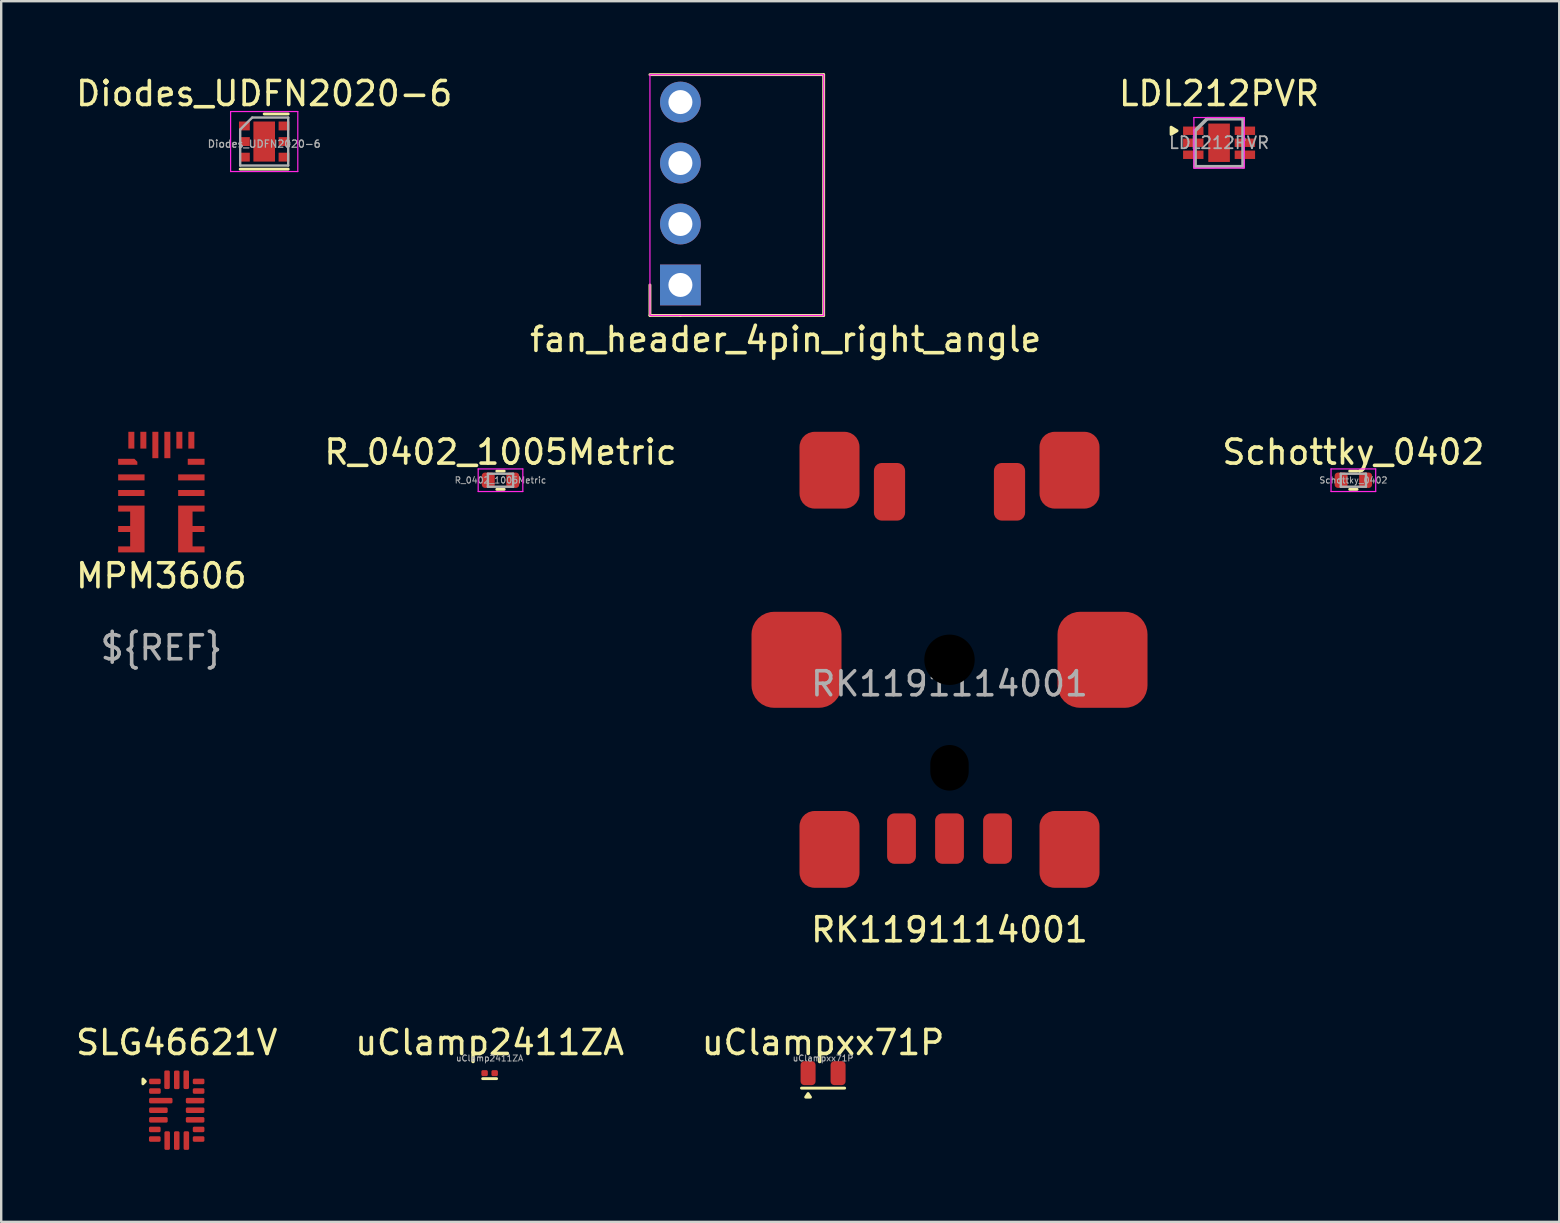
<source format=kicad_pcb>
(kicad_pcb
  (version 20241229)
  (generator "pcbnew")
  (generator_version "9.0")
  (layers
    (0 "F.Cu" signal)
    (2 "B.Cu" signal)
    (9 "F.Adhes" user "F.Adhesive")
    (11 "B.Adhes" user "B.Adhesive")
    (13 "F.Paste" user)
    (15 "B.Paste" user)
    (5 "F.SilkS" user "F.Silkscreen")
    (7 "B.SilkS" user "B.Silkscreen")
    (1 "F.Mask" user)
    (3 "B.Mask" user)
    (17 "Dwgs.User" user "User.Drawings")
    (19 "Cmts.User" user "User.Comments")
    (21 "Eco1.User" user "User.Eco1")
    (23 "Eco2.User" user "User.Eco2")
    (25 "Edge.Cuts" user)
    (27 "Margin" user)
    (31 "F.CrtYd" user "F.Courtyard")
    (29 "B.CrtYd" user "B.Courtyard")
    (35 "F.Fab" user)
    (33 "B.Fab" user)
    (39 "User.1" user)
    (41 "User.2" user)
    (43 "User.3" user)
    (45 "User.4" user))
  (footprint "Schottky_0402"
    (layer "F.Cu")
    (at 53.339 16.959)
    (property "Reference" "Schottky_0402" (at 0 -1.17 0) (layer "F.SilkS") (effects (font (size 1 1) (thickness 0.15))))
    (attr smd)
    (fp_line (start -0.154 -0.38) (end 0.154 -0.38) (stroke (width 0.12) (type solid)) (layer "F.SilkS"))
    (fp_line (start -0.154 0.38) (end 0.154 0.38) (stroke (width 0.12) (type solid)) (layer "F.SilkS"))
    (fp_line (start -0.93 -0.47) (end 0.93 -0.47) (stroke (width 0.05) (type solid)) (layer "F.CrtYd"))
    (fp_line (start -0.93 0.47) (end -0.93 -0.47) (stroke (width 0.05) (type solid)) (layer "F.CrtYd"))
    (fp_line (start 0.93 -0.47) (end 0.93 0.47) (stroke (width 0.05) (type solid)) (layer "F.CrtYd"))
    (fp_line (start 0.93 0.47) (end -0.93 0.47) (stroke (width 0.05) (type solid)) (layer "F.CrtYd"))
    (fp_line (start -0.525 -0.27) (end 0.525 -0.27) (stroke (width 0.1) (type solid)) (layer "F.Fab"))
    (fp_line (start -0.525 0.27) (end -0.525 -0.27) (stroke (width 0.1) (type solid)) (layer "F.Fab"))
    (fp_line (start 0.525 -0.27) (end 0.525 0.27) (stroke (width 0.1) (type solid)) (layer "F.Fab"))
    (fp_line (start 0.525 0.27) (end -0.525 0.27) (stroke (width 0.1) (type solid)) (layer "F.Fab"))
    (fp_text user "${REFERENCE}" (at 0 0 0) (layer "F.Fab") (effects (font (size 0.26 0.26) (thickness 0.04))))
    (pad "1" smd roundrect (at -0.51 0) (size 0.54 0.64) (layers "F.Cu" "F.Mask" "F.Paste") (roundrect_rratio 0.25))
    (pad "2" smd roundrect (at 0.51 0) (size 0.54 0.64) (layers "F.Cu" "F.Mask" "F.Paste") (roundrect_rratio 0.25)))
  (footprint "uClamp2411ZA"
    (layer "F.Cu")
    (at 17.351 41.663)
    (property "Reference" "uClamp2411ZA" (at 0 -1.275 0) (layer "F.SilkS") (effects (font (size 1 1) (thickness 0.15))))
    (attr smd)
    (fp_line (start -0.29 0.23) (end 0.29 0.23) (stroke (width 0.12) (type solid)) (layer "F.SilkS"))
    (fp_text user "${REFERENCE}" (at 0 -0.62 0) (layer "F.Fab") (effects (font (size 0.25 0.25) (thickness 0.04))))
    (pad "1" smd roundrect (at -0.21 0) (size 0.27 0.25) (layers "F.Cu" "F.Mask" "F.Paste") (roundrect_rratio 0.25))
    (pad "2" smd roundrect (at 0.21 0) (size 0.27 0.25) (layers "F.Cu" "F.Mask" "F.Paste") (roundrect_rratio 0.25)))
  (footprint "SLG46621V"
    (layer "F.Cu")
    (at 4.315 43.208)
    (property "Reference" "SLG46621V" (at 0 -2.82 0) (layer "F.SilkS") (effects (font (size 1 1) (thickness 0.15))))
    (attr smd)
    (fp_poly (pts (xy -1.31 -1.2) (xy -1.41 -1.1) (xy -1.41 -1.3)) (stroke (width 0.12) (type solid)) (fill yes) (layer "F.SilkS"))
    (pad "1" smd roundrect (at -0.91 -1.2 90) (size 0.23 0.485) (layers "F.Cu" "F.Mask" "F.Paste") (roundrect_rratio 0.25))
    (pad "2" smd roundrect (at -0.91 -0.8 90) (size 0.23 0.485) (layers "F.Cu" "F.Mask" "F.Paste") (roundrect_rratio 0.25))
    (pad "3" smd roundrect (at -0.665 -0.4 90) (size 0.23 0.975) (layers "F.Cu" "F.Mask" "F.Paste") (roundrect_rratio 0.25))
    (pad "4" smd roundrect (at -0.765 0 90) (size 0.23 0.775) (layers "F.Cu" "F.Mask" "F.Paste") (roundrect_rratio 0.25))
    (pad "5" smd roundrect (at -0.765 0.4 90) (size 0.23 0.775) (layers "F.Cu" "F.Mask" "F.Paste") (roundrect_rratio 0.25))
    (pad "6" smd roundrect (at -0.915 0.8 90) (size 0.23 0.485) (layers "F.Cu" "F.Mask" "F.Paste") (roundrect_rratio 0.25))
    (pad "7" smd roundrect (at -0.915 1.2 90) (size 0.23 0.485) (layers "F.Cu" "F.Mask" "F.Paste") (roundrect_rratio 0.25))
    (pad "8" smd roundrect (at -0.4 1.265 180) (size 0.23 0.775) (layers "F.Cu" "F.Mask" "F.Paste") (roundrect_rratio 0.25))
    (pad "9" smd roundrect (at 0 1.265 180) (size 0.23 0.775) (layers "F.Cu" "F.Mask" "F.Paste") (roundrect_rratio 0.25))
    (pad "10" smd roundrect (at 0.4 1.265 180) (size 0.23 0.775) (layers "F.Cu" "F.Mask" "F.Paste") (roundrect_rratio 0.25))
    (pad "11" smd roundrect (at 0.91 1.2 90) (size 0.23 0.485) (layers "F.Cu" "F.Mask" "F.Paste") (roundrect_rratio 0.25))
    (pad "12" smd roundrect (at 0.91 0.8 90) (size 0.23 0.485) (layers "F.Cu" "F.Mask" "F.Paste") (roundrect_rratio 0.25))
    (pad "13" smd roundrect (at 0.765 0.4 90) (size 0.23 0.775) (layers "F.Cu" "F.Mask" "F.Paste") (roundrect_rratio 0.25))
    (pad "14" smd roundrect (at 0.765 0 90) (size 0.23 0.775) (layers "F.Cu" "F.Mask" "F.Paste") (roundrect_rratio 0.25))
    (pad "15" smd roundrect (at 0.765 -0.4 90) (size 0.23 0.775) (layers "F.Cu" "F.Mask" "F.Paste") (roundrect_rratio 0.25))
    (pad "16" smd roundrect (at 0.91 -0.8 90) (size 0.23 0.485) (layers "F.Cu" "F.Mask" "F.Paste") (roundrect_rratio 0.25))
    (pad "17" smd roundrect (at 0.91 -1.2 90) (size 0.23 0.485) (layers "F.Cu" "F.Mask" "F.Paste") (roundrect_rratio 0.25))
    (pad "18" smd roundrect (at 0.395 -1.27 180) (size 0.23 0.775) (layers "F.Cu" "F.Mask" "F.Paste") (roundrect_rratio 0.25))
    (pad "19" smd roundrect (at 0 -1.265 180) (size 0.23 0.775) (layers "F.Cu" "F.Mask" "F.Paste") (roundrect_rratio 0.25))
    (pad "20" smd roundrect (at -0.405 -1.27 180) (size 0.23 0.775) (layers "F.Cu" "F.Mask" "F.Paste") (roundrect_rratio 0.25)))
  (footprint "R_0402_1005Metric"
    (layer "F.Cu")
    (at 17.804 16.959)
    (property "Reference" "R_0402_1005Metric" (at 0 -1.17 0) (layer "F.SilkS") (effects (font (size 1 1) (thickness 0.15))))
    (attr smd)
    (fp_line (start -0.154 -0.38) (end 0.154 -0.38) (stroke (width 0.12) (type solid)) (layer "F.SilkS"))
    (fp_line (start -0.154 0.38) (end 0.154 0.38) (stroke (width 0.12) (type solid)) (layer "F.SilkS"))
    (fp_line (start -0.93 -0.47) (end 0.93 -0.47) (stroke (width 0.05) (type solid)) (layer "F.CrtYd"))
    (fp_line (start -0.93 0.47) (end -0.93 -0.47) (stroke (width 0.05) (type solid)) (layer "F.CrtYd"))
    (fp_line (start 0.93 -0.47) (end 0.93 0.47) (stroke (width 0.05) (type solid)) (layer "F.CrtYd"))
    (fp_line (start 0.93 0.47) (end -0.93 0.47) (stroke (width 0.05) (type solid)) (layer "F.CrtYd"))
    (fp_line (start -0.525 -0.27) (end 0.525 -0.27) (stroke (width 0.1) (type solid)) (layer "F.Fab"))
    (fp_line (start -0.525 0.27) (end -0.525 -0.27) (stroke (width 0.1) (type solid)) (layer "F.Fab"))
    (fp_line (start 0.525 -0.27) (end 0.525 0.27) (stroke (width 0.1) (type solid)) (layer "F.Fab"))
    (fp_line (start 0.525 0.27) (end -0.525 0.27) (stroke (width 0.1) (type solid)) (layer "F.Fab"))
    (fp_text user "${REFERENCE}" (at 0 0 0) (layer "F.Fab") (effects (font (size 0.26 0.26) (thickness 0.04))))
    (pad "1" smd roundrect (at -0.51 0) (size 0.54 0.64) (layers "F.Cu" "F.Mask" "F.Paste") (roundrect_rratio 0.25))
    (pad "2" smd roundrect (at 0.51 0) (size 0.54 0.64) (layers "F.Cu" "F.Mask" "F.Paste") (roundrect_rratio 0.25)))
  (footprint "MPM3606"
    (layer "F.Cu")
    (at 3.673 17.741)
    (property "Reference" "MPM3606" (at 0 3.2 0) (unlocked yes) (layer "F.SilkS") (effects (font (size 1 1) (thickness 0.15))))
    (fp_text user "${REF}" (at 0 6.2 0) (unlocked yes) (layer "F.Fab") (effects (font (size 1 1) (thickness 0.15))))
    (pad "1" smd roundrect (at -1.4 -1.55 90) (size 0.25 0.8) (layers "F.Cu" "F.Mask" "F.Paste") (roundrect_rratio 0) (chamfer_ratio 0.5) (chamfer bottom_right))
    (pad "2" smd rect (at -1.25 -0.9 90) (size 0.25 1.1) (layers "F.Cu" "F.Mask" "F.Paste"))
    (pad "3" smd rect (at -1.25 -0.25 90) (size 0.25 1.1) (layers "F.Cu" "F.Mask" "F.Paste"))
    (pad "4,5,6" smd custom (at -1.25 0.4) (size 1.1 0.25) (layers "F.Cu" "F.Mask" "F.Paste") (options (anchor rect)) (primitives (gr_poly (pts (xy -0.55 -0.125) (xy 0.55 -0.125) (xy 0.55 1.825) (xy -0.55 1.825) (xy -0.55 1.575) (xy -0.05 1.575) (xy -0.05 0.975) (xy -0.55 0.975) (xy -0.55 0.725) (xy -0.05 0.725) (xy -0.05 0.125) (xy -0.55 0.125)) (width 0) (fill yes))))
    (pad "7,8,9" smd custom (at 1.25 0.4) (size 1.1 0.25) (layers "F.Cu" "F.Mask" "F.Paste") (options (anchor rect)) (primitives (gr_poly (pts (xy 0.55 -0.125) (xy -0.55 -0.125) (xy -0.55 1.825) (xy 0.55 1.825) (xy 0.55 1.575) (xy 0.05 1.575) (xy 0.05 0.975) (xy 0.55 0.975) (xy 0.55 0.725) (xy 0.05 0.725) (xy 0.05 0.125) (xy 0.55 0.125)) (width 0) (fill yes))))
    (pad "10" smd rect (at 1.25 -0.25 90) (size 0.25 1.1) (layers "F.Cu" "F.Mask" "F.Paste"))
    (pad "11" smd rect (at 1.25 -0.9 90) (size 0.25 1.1) (layers "F.Cu" "F.Mask" "F.Paste"))
    (pad "12" smd rect (at 1.45 -1.55 90) (size 0.25 0.7) (layers "F.Cu" "F.Mask" "F.Paste"))
    (pad "13" smd rect (at 1.25 -2.45) (size 0.25 0.7) (layers "F.Cu" "F.Mask" "F.Paste"))
    (pad "14" smd rect (at 0.75 -2.45) (size 0.25 0.7) (layers "F.Cu" "F.Mask" "F.Paste"))
    (pad "15" smd rect (at 0.25 -2.25) (size 0.25 1.1) (layers "F.Cu" "F.Mask" "F.Paste"))
    (pad "16" smd rect (at -0.25 -2.25) (size 0.25 1.1) (layers "F.Cu" "F.Mask" "F.Paste"))
    (pad "17" smd rect (at -0.75 -2.45) (size 0.25 0.7) (layers "F.Cu" "F.Mask" "F.Paste"))
    (pad "18" smd rect (at -1.25 -2.45) (size 0.25 0.7) (layers "F.Cu" "F.Mask" "F.Paste"))
    (zone (net_name "") (layer "F.Cu") (hatch edge 0.508) (connect_pads) (min_thickness 0.254) (filled_areas_thickness no) (keepout (tracks not_allowed) (vias not_allowed) (pads not_allowed) (copperpour allowed) (footprints allowed)) (placement (enabled no)) (fill) (polygon (pts (xy 4.273 17.591) (xy 3.073 17.591) (xy 3.073 16.741) (xy 4.273 16.741)))))
  (footprint "RK1191114001"
    (layer "F.Cu")
    (at 36.512 24.441)
    (property "Reference" "RK1191114001" (at 0 11.25 0) (layer "F.SilkS") (effects (font (size 1 1) (thickness 0.15))))
    (attr smd)
    (fp_text user "${REFERENCE}" (at 0 1 0) (layer "F.Fab") (effects (font (size 1 1) (thickness 0.15))))
    (pad "" np_thru_hole circle (at 0 0) (size 2.2 2.2) (drill 2.1) (layers "*.Mask"))
    (pad "" np_thru_hole oval (at 0 4.5) (size 1.7 2) (drill oval 1.6 1.9) (layers "*.Mask"))
    (pad "1" smd roundrect (at -2 7.45) (size 1.2 2.1) (layers "F.Cu" "F.Mask" "F.Paste") (roundrect_rratio 0.25))
    (pad "2" smd roundrect (at 0 7.45) (size 1.2 2.1) (layers "F.Cu" "F.Mask" "F.Paste") (roundrect_rratio 0.25))
    (pad "3" smd roundrect (at 2 7.45) (size 1.2 2.1) (layers "F.Cu" "F.Mask" "F.Paste") (roundrect_rratio 0.25))
    (pad "4" smd roundrect (at -2.5 -7) (size 1.3 2.4) (layers "F.Cu" "F.Mask" "F.Paste") (roundrect_rratio 0.25))
    (pad "5" smd roundrect (at 2.5 -7) (size 1.3 2.4) (layers "F.Cu" "F.Mask" "F.Paste") (roundrect_rratio 0.25))
    (pad "MP" smd roundrect (at -6.375 0) (size 3.75 4) (layers "F.Cu" "F.Mask" "F.Paste") (roundrect_rratio 0.25))
    (pad "MP" smd roundrect (at -5 -7.9) (size 2.5 3.2) (layers "F.Cu" "F.Mask" "F.Paste") (roundrect_rratio 0.25))
    (pad "MP" smd roundrect (at -5 7.9) (size 2.5 3.2) (layers "F.Cu" "F.Mask" "F.Paste") (roundrect_rratio 0.25))
    (pad "MP" smd roundrect (at 5 -7.9) (size 2.5 3.2) (layers "F.Cu" "F.Mask" "F.Paste") (roundrect_rratio 0.25))
    (pad "MP" smd roundrect (at 5 7.9) (size 2.5 3.2) (layers "F.Cu" "F.Mask" "F.Paste") (roundrect_rratio 0.25))
    (pad "MP" smd roundrect (at 6.375 0) (size 3.75 4) (layers "F.Cu" "F.Mask" "F.Paste") (roundrect_rratio 0.25))
    (zone (net_name "") (layer "F.Cu") (hatch edge 0.508) (connect_pads) (min_thickness 0.254) (filled_areas_thickness no) (keepout (tracks not_allowed) (vias not_allowed) (pads not_allowed) (copperpour not_allowed) (footprints not_allowed)) (placement (enabled no)) (fill) (polygon (pts (xy 33.512 21.691) (xy 30.012 21.691) (xy 30.012 19.441) (xy 33.512 19.441))))
    (zone (net_name "") (layer "F.Cu") (hatch edge 0.508) (connect_pads) (min_thickness 0.254) (filled_areas_thickness no) (keepout (tracks not_allowed) (vias not_allowed) (pads not_allowed) (copperpour not_allowed) (footprints not_allowed)) (placement (enabled no)) (fill) (polygon (pts (xy 33.512 29.441) (xy 30.012 29.441) (xy 30.012 27.191) (xy 33.512 27.191))))
    (zone (net_name "") (layer "F.Cu") (hatch edge 0.508) (connect_pads) (min_thickness 0.254) (filled_areas_thickness no) (keepout (tracks not_allowed) (vias not_allowed) (pads not_allowed) (copperpour not_allowed) (footprints not_allowed)) (placement (enabled no)) (fill) (polygon (pts (xy 43.012 21.691) (xy 39.512 21.691) (xy 39.512 19.441) (xy 43.012 19.441))))
    (zone (net_name "") (layer "F.Cu") (hatch edge 0.508) (connect_pads) (min_thickness 0.254) (filled_areas_thickness no) (keepout (tracks not_allowed) (vias not_allowed) (pads not_allowed) (copperpour not_allowed) (footprints not_allowed)) (placement (enabled no)) (fill) (polygon (pts (xy 43.012 29.441) (xy 39.512 29.441) (xy 39.512 27.191) (xy 43.012 27.191)))))
  (footprint "uClampxx71P"
    (layer "F.Cu")
    (at 31.244 41.663)
    (property "Reference" "uClampxx71P" (at 0 -1.275 0) (layer "F.SilkS") (effects (font (size 1 1) (thickness 0.15))))
    (attr smd)
    (fp_line (start -0.9 0.625) (end 0.9 0.625) (stroke (width 0.12) (type solid)) (layer "F.SilkS"))
    (fp_poly (pts (xy -0.525 1) (xy -0.725 1) (xy -0.625 0.85)) (stroke (width 0.12) (type solid)) (fill yes) (layer "F.SilkS"))
    (fp_text user "${REFERENCE}" (at 0 -0.62 0) (layer "F.Fab") (effects (font (size 0.25 0.25) (thickness 0.04))))
    (pad "1" smd roundrect (at -0.625 0) (size 0.625 1) (layers "F.Cu" "F.Mask" "F.Paste") (roundrect_rratio 0.25))
    (pad "2" smd roundrect (at 0.625 0) (size 0.625 1) (layers "F.Cu" "F.Mask" "F.Paste") (roundrect_rratio 0.25)))
  (footprint "LDL212PVR"
    (layer "F.Cu")
    (at 47.744 2.898)
    (property "Reference" "LDL212PVR" (at 0 -2.05 0) (layer "F.SilkS") (effects (font (size 1 1) (thickness 0.15))))
    (attr smd)
    (fp_poly (pts (xy -2 -0.65) (xy -2 -0.35) (xy -1.75 -0.5) (xy -2 -0.65)) (stroke (width 0.12) (type solid)) (fill yes) (layer "F.SilkS"))
    (fp_line (start -1.05 -1.05) (end -1.05 1.06) (stroke (width 0.05) (type solid)) (layer "F.CrtYd"))
    (fp_line (start -1.05 -1.05) (end 1.05 -1.05) (stroke (width 0.05) (type solid)) (layer "F.CrtYd"))
    (fp_line (start -1.05 1.06) (end 1.05 1.05) (stroke (width 0.05) (type solid)) (layer "F.CrtYd"))
    (fp_line (start 1.05 -1.05) (end 1.05 1.05) (stroke (width 0.05) (type solid)) (layer "F.CrtYd"))
    (fp_line (start -1 -0.5) (end -0.5 -1) (stroke (width 0.15) (type solid)) (layer "F.Fab"))
    (fp_line (start -1 1) (end -1 -0.5) (stroke (width 0.15) (type solid)) (layer "F.Fab"))
    (fp_line (start -0.5 -1) (end 1 -1) (stroke (width 0.15) (type solid)) (layer "F.Fab"))
    (fp_line (start 1 -1) (end 1 1) (stroke (width 0.15) (type solid)) (layer "F.Fab"))
    (fp_line (start 1 1) (end -1 1) (stroke (width 0.15) (type solid)) (layer "F.Fab"))
    (fp_text user "${REFERENCE}" (at 0 0 0) (layer "F.Fab") (effects (font (size 0.5 0.5) (thickness 0.075))))
    (pad "" smd rect (at 0 -0.355) (size 0.5 0.56) (layers "F.Paste"))
    (pad "" smd rect (at 0 0.355) (size 0.5 0.56) (layers "F.Paste"))
    (pad "1" smd rect (at -1.075 -0.5) (size 0.85 0.35) (layers "F.Cu" "F.Mask" "F.Paste"))
    (pad "2" smd rect (at -1.075 0) (size 0.85 0.35) (layers "F.Cu" "F.Mask" "F.Paste"))
    (pad "3" smd rect (at -1.075 0.5) (size 0.85 0.35) (layers "F.Cu" "F.Mask" "F.Paste"))
    (pad "4" smd rect (at 1.075 0.5) (size 0.85 0.35) (layers "F.Cu" "F.Mask" "F.Paste"))
    (pad "5" smd rect (at 1.075 0) (size 0.85 0.35) (layers "F.Cu" "F.Mask" "F.Paste"))
    (pad "6" smd rect (at 1.075 -0.5) (size 0.85 0.35) (layers "F.Cu" "F.Mask" "F.Paste"))
    (pad "EP" smd rect (at 0 0) (size 0.9 1.6) (layers "F.Cu" "F.Mask")))
  (footprint "Diodes_UDFN2020-6"
    (layer "F.Cu")
    (at 7.958 2.848)
    (property "Reference" "Diodes_UDFN2020-6" (at 0 -2 0) (layer "F.SilkS") (effects (font (size 1 1) (thickness 0.15))))
    (attr smd)
    (fp_line (start 1 -1.15) (end 0 -1.15) (stroke (width 0.12) (type solid)) (layer "F.SilkS"))
    (fp_line (start 1 1.15) (end -1 1.15) (stroke (width 0.12) (type solid)) (layer "F.SilkS"))
    (fp_line (start -1.4 -1.25) (end -1.4 1.25) (stroke (width 0.05) (type solid)) (layer "F.CrtYd"))
    (fp_line (start -1.4 1.25) (end 1.4 1.25) (stroke (width 0.05) (type solid)) (layer "F.CrtYd"))
    (fp_line (start 1.4 -1.25) (end -1.4 -1.25) (stroke (width 0.05) (type solid)) (layer "F.CrtYd"))
    (fp_line (start 1.4 1.25) (end 1.4 -1.25) (stroke (width 0.05) (type solid)) (layer "F.CrtYd"))
    (fp_line (start -1 1) (end -1 -0.5) (stroke (width 0.1) (type solid)) (layer "F.Fab"))
    (fp_line (start -0.5 -1) (end -1 -0.5) (stroke (width 0.1) (type solid)) (layer "F.Fab"))
    (fp_line (start -0.5 -1) (end 1 -1) (stroke (width 0.1) (type solid)) (layer "F.Fab"))
    (fp_line (start 1 -1) (end 1 1) (stroke (width 0.1) (type solid)) (layer "F.Fab"))
    (fp_line (start 1 1) (end -1 1) (stroke (width 0.1) (type solid)) (layer "F.Fab"))
    (fp_text user "${REFERENCE}" (at 0 0.1 0) (layer "F.Fab") (effects (font (size 0.3 0.3) (thickness 0.05))))
    (pad "1" smd rect (at -0.825 -0.65) (size 0.45 0.37) (layers "F.Cu" "F.Mask" "F.Paste"))
    (pad "2" smd rect (at -0.825 0) (size 0.45 0.37) (layers "F.Cu" "F.Mask" "F.Paste"))
    (pad "3" smd rect (at -0.825 0.65) (size 0.45 0.37) (layers "F.Cu" "F.Mask" "F.Paste"))
    (pad "4" smd rect (at 0.825 0.65) (size 0.45 0.37) (layers "F.Cu" "F.Mask" "F.Paste"))
    (pad "5" smd rect (at 0.825 0) (size 0.45 0.37) (layers "F.Cu" "F.Mask" "F.Paste"))
    (pad "6" smd rect (at 0.825 -0.65) (size 0.45 0.37) (layers "F.Cu" "F.Mask" "F.Paste"))
    (pad "EP" smd rect (at 0 0) (size 0.9 1.67) (layers "F.Cu" "F.Mask" "F.Paste")))
  (footprint "fan_header_4pin_right_angle"
    (layer "F.Cu")
    (at 25.3 8.823)
    (property "Reference" "fan_header_4pin_right_angle" (at 4.385 2.27 180) (layer "F.SilkS") (effects (font (size 1 1) (thickness 0.15))))
    (attr through_hole)
    (fp_line (start -1.27 0) (end -1.27 1.27) (stroke (width 0.12) (type solid)) (layer "F.SilkS"))
    (fp_line (start -1.27 1.27) (end 0 1.27) (stroke (width 0.12) (type solid)) (layer "F.SilkS"))
    (fp_line (start 0 1.27) (end 5.969 1.27) (stroke (width 0.12) (type solid)) (layer "F.SilkS"))
    (fp_line (start 5.969 -8.763) (end -1.27 -8.763) (stroke (width 0.12) (type solid)) (layer "F.SilkS"))
    (fp_line (start 5.969 1.27) (end 5.969 -8.763) (stroke (width 0.12) (type solid)) (layer "F.SilkS"))
    (fp_rect (start -1.27 -8.763) (end 5.969 1.27) (stroke (width 0.05) (type solid)) (fill no) (layer "F.CrtYd"))
    (pad "1" thru_hole rect (at 0 0) (size 1.7 1.7) (drill 1) (layers "*.Cu" "*.Mask"))
    (pad "2" thru_hole oval (at 0 -2.54) (size 1.7 1.7) (drill 1) (layers "*.Cu" "*.Mask"))
    (pad "3" thru_hole oval (at 0 -5.08) (size 1.7 1.7) (drill 1) (layers "*.Cu" "*.Mask"))
    (pad "4" thru_hole oval (at 0 -7.62) (size 1.7 1.7) (drill 1) (layers "*.Cu" "*.Mask")))
  (gr_rect
    (start -3 -3)
    (end 61.917 47.86)
    (stroke (width 0.1) (type default))
    (fill no)
    (layer "Edge.Cuts")))
</source>
